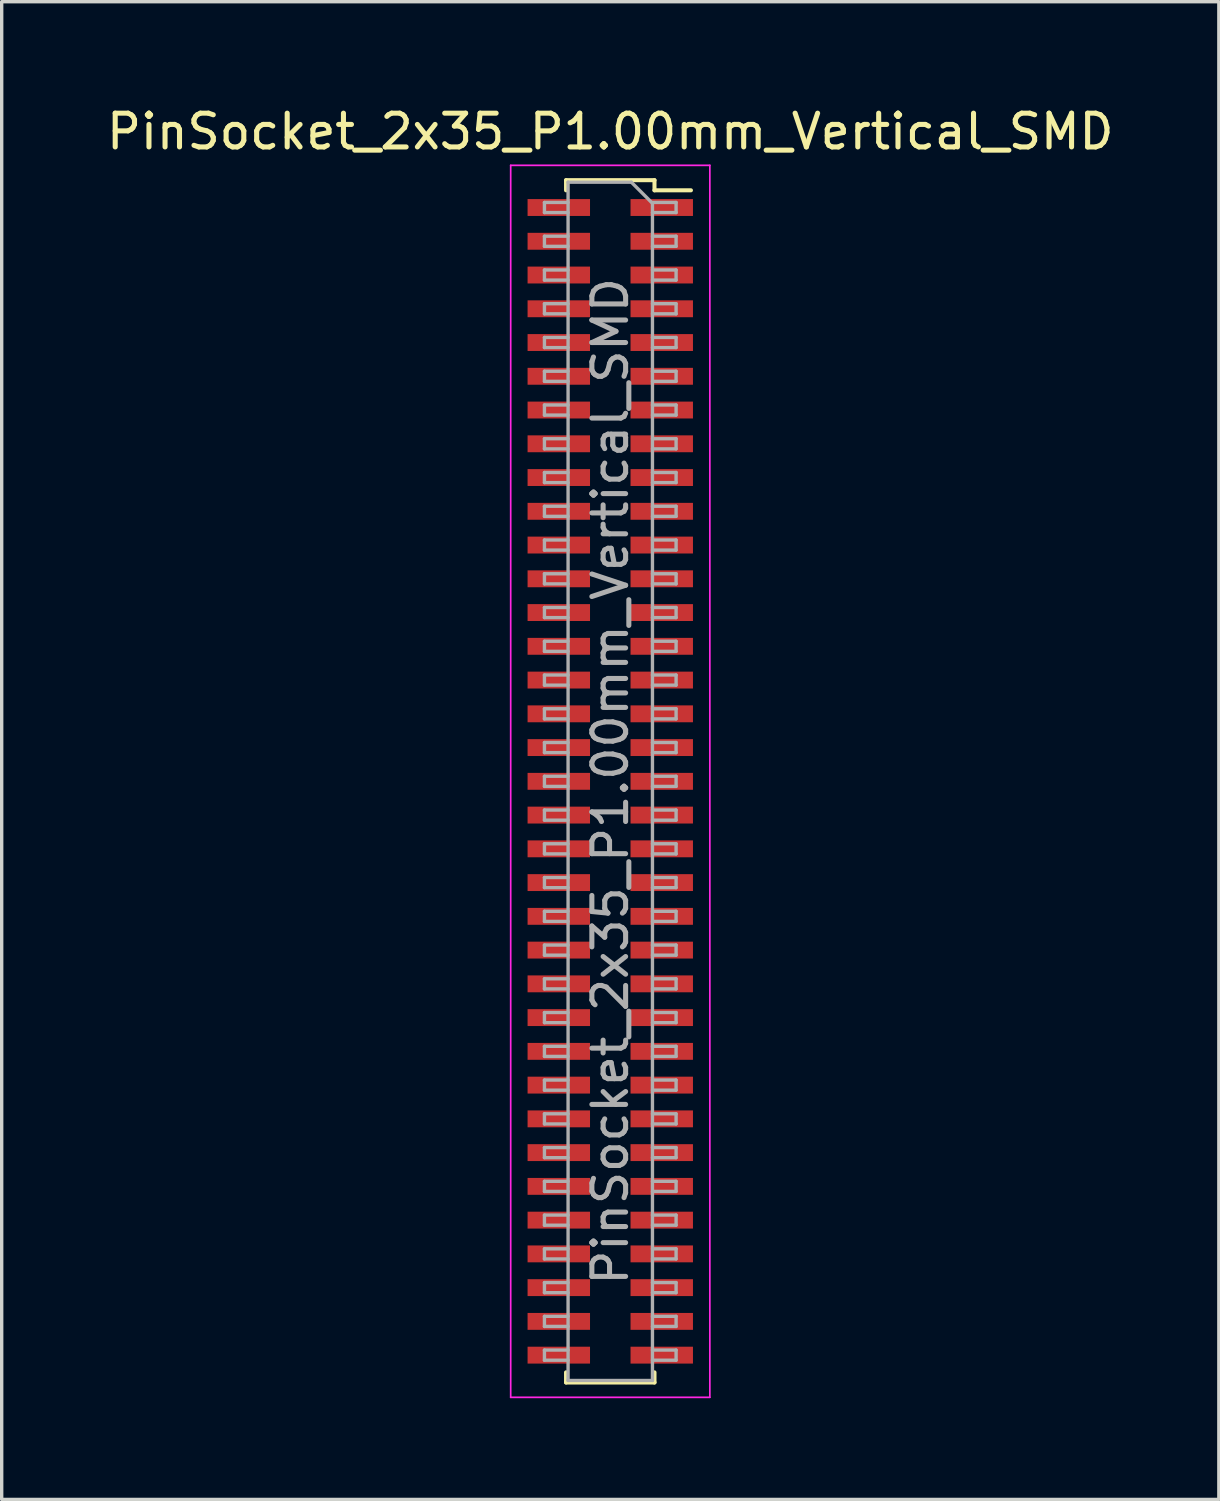
<source format=kicad_pcb>
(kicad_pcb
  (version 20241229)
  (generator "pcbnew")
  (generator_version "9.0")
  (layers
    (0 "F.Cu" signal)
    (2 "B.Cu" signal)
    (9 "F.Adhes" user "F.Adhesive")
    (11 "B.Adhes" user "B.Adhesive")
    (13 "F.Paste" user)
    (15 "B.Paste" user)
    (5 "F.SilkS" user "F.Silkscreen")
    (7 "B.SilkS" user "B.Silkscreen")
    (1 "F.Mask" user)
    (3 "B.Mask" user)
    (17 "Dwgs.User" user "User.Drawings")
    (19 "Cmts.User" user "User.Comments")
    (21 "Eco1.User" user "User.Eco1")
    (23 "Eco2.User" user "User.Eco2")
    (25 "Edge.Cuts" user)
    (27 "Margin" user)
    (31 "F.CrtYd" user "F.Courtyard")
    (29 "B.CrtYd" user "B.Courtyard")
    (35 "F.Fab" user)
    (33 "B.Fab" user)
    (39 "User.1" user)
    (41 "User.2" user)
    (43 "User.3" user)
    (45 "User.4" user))
  (footprint "PinSocket_2x35_P1.00mm_Vertical_SMD"
    (layer "F.Cu")
    (at 15.03 20.098)
    (property "Reference" "PinSocket_2x35_P1.00mm_Vertical_SMD" (at 0 -19.25 0) (layer "F.SilkS") (effects (font (size 1 1) (thickness 0.15))))
    (attr smd)
    (fp_line (start -1.31 -17.81) (end -1.31 -17.51) (stroke (width 0.12) (type solid)) (layer "F.SilkS"))
    (fp_line (start -1.31 -17.81) (end 1.31 -17.81) (stroke (width 0.12) (type solid)) (layer "F.SilkS"))
    (fp_line (start -1.31 17.51) (end -1.31 17.81) (stroke (width 0.12) (type solid)) (layer "F.SilkS"))
    (fp_line (start -1.31 17.81) (end 1.31 17.81) (stroke (width 0.12) (type solid)) (layer "F.SilkS"))
    (fp_line (start 1.31 -17.81) (end 1.31 -17.51) (stroke (width 0.12) (type solid)) (layer "F.SilkS"))
    (fp_line (start 1.31 -17.51) (end 2.39 -17.51) (stroke (width 0.12) (type solid)) (layer "F.SilkS"))
    (fp_line (start 1.31 17.51) (end 1.31 17.81) (stroke (width 0.12) (type solid)) (layer "F.SilkS"))
    (fp_line (start -2.95 -18.25) (end 2.95 -18.25) (stroke (width 0.05) (type solid)) (layer "F.CrtYd"))
    (fp_line (start -2.95 18.25) (end -2.95 -18.25) (stroke (width 0.05) (type solid)) (layer "F.CrtYd"))
    (fp_line (start 2.95 -18.25) (end 2.95 18.25) (stroke (width 0.05) (type solid)) (layer "F.CrtYd"))
    (fp_line (start 2.95 18.25) (end -2.95 18.25) (stroke (width 0.05) (type solid)) (layer "F.CrtYd"))
    (fp_line (start -1.95 -17.15) (end -1.25 -17.15) (stroke (width 0.1) (type solid)) (layer "F.Fab"))
    (fp_line (start -1.95 -16.85) (end -1.95 -17.15) (stroke (width 0.1) (type solid)) (layer "F.Fab"))
    (fp_line (start -1.95 -16.15) (end -1.25 -16.15) (stroke (width 0.1) (type solid)) (layer "F.Fab"))
    (fp_line (start -1.95 -15.85) (end -1.95 -16.15) (stroke (width 0.1) (type solid)) (layer "F.Fab"))
    (fp_line (start -1.95 -15.15) (end -1.25 -15.15) (stroke (width 0.1) (type solid)) (layer "F.Fab"))
    (fp_line (start -1.95 -14.85) (end -1.95 -15.15) (stroke (width 0.1) (type solid)) (layer "F.Fab"))
    (fp_line (start -1.95 -14.15) (end -1.25 -14.15) (stroke (width 0.1) (type solid)) (layer "F.Fab"))
    (fp_line (start -1.95 -13.85) (end -1.95 -14.15) (stroke (width 0.1) (type solid)) (layer "F.Fab"))
    (fp_line (start -1.95 -13.15) (end -1.25 -13.15) (stroke (width 0.1) (type solid)) (layer "F.Fab"))
    (fp_line (start -1.95 -12.85) (end -1.95 -13.15) (stroke (width 0.1) (type solid)) (layer "F.Fab"))
    (fp_line (start -1.95 -12.15) (end -1.25 -12.15) (stroke (width 0.1) (type solid)) (layer "F.Fab"))
    (fp_line (start -1.95 -11.85) (end -1.95 -12.15) (stroke (width 0.1) (type solid)) (layer "F.Fab"))
    (fp_line (start -1.95 -11.15) (end -1.25 -11.15) (stroke (width 0.1) (type solid)) (layer "F.Fab"))
    (fp_line (start -1.95 -10.85) (end -1.95 -11.15) (stroke (width 0.1) (type solid)) (layer "F.Fab"))
    (fp_line (start -1.95 -10.15) (end -1.25 -10.15) (stroke (width 0.1) (type solid)) (layer "F.Fab"))
    (fp_line (start -1.95 -9.85) (end -1.95 -10.15) (stroke (width 0.1) (type solid)) (layer "F.Fab"))
    (fp_line (start -1.95 -9.15) (end -1.25 -9.15) (stroke (width 0.1) (type solid)) (layer "F.Fab"))
    (fp_line (start -1.95 -8.85) (end -1.95 -9.15) (stroke (width 0.1) (type solid)) (layer "F.Fab"))
    (fp_line (start -1.95 -8.15) (end -1.25 -8.15) (stroke (width 0.1) (type solid)) (layer "F.Fab"))
    (fp_line (start -1.95 -7.85) (end -1.95 -8.15) (stroke (width 0.1) (type solid)) (layer "F.Fab"))
    (fp_line (start -1.95 -7.15) (end -1.25 -7.15) (stroke (width 0.1) (type solid)) (layer "F.Fab"))
    (fp_line (start -1.95 -6.85) (end -1.95 -7.15) (stroke (width 0.1) (type solid)) (layer "F.Fab"))
    (fp_line (start -1.95 -6.15) (end -1.25 -6.15) (stroke (width 0.1) (type solid)) (layer "F.Fab"))
    (fp_line (start -1.95 -5.85) (end -1.95 -6.15) (stroke (width 0.1) (type solid)) (layer "F.Fab"))
    (fp_line (start -1.95 -5.15) (end -1.25 -5.15) (stroke (width 0.1) (type solid)) (layer "F.Fab"))
    (fp_line (start -1.95 -4.85) (end -1.95 -5.15) (stroke (width 0.1) (type solid)) (layer "F.Fab"))
    (fp_line (start -1.95 -4.15) (end -1.25 -4.15) (stroke (width 0.1) (type solid)) (layer "F.Fab"))
    (fp_line (start -1.95 -3.85) (end -1.95 -4.15) (stroke (width 0.1) (type solid)) (layer "F.Fab"))
    (fp_line (start -1.95 -3.15) (end -1.25 -3.15) (stroke (width 0.1) (type solid)) (layer "F.Fab"))
    (fp_line (start -1.95 -2.85) (end -1.95 -3.15) (stroke (width 0.1) (type solid)) (layer "F.Fab"))
    (fp_line (start -1.95 -2.15) (end -1.25 -2.15) (stroke (width 0.1) (type solid)) (layer "F.Fab"))
    (fp_line (start -1.95 -1.85) (end -1.95 -2.15) (stroke (width 0.1) (type solid)) (layer "F.Fab"))
    (fp_line (start -1.95 -1.15) (end -1.25 -1.15) (stroke (width 0.1) (type solid)) (layer "F.Fab"))
    (fp_line (start -1.95 -0.85) (end -1.95 -1.15) (stroke (width 0.1) (type solid)) (layer "F.Fab"))
    (fp_line (start -1.95 -0.15) (end -1.25 -0.15) (stroke (width 0.1) (type solid)) (layer "F.Fab"))
    (fp_line (start -1.95 0.15) (end -1.95 -0.15) (stroke (width 0.1) (type solid)) (layer "F.Fab"))
    (fp_line (start -1.95 0.85) (end -1.25 0.85) (stroke (width 0.1) (type solid)) (layer "F.Fab"))
    (fp_line (start -1.95 1.15) (end -1.95 0.85) (stroke (width 0.1) (type solid)) (layer "F.Fab"))
    (fp_line (start -1.95 1.85) (end -1.25 1.85) (stroke (width 0.1) (type solid)) (layer "F.Fab"))
    (fp_line (start -1.95 2.15) (end -1.95 1.85) (stroke (width 0.1) (type solid)) (layer "F.Fab"))
    (fp_line (start -1.95 2.85) (end -1.25 2.85) (stroke (width 0.1) (type solid)) (layer "F.Fab"))
    (fp_line (start -1.95 3.15) (end -1.95 2.85) (stroke (width 0.1) (type solid)) (layer "F.Fab"))
    (fp_line (start -1.95 3.85) (end -1.25 3.85) (stroke (width 0.1) (type solid)) (layer "F.Fab"))
    (fp_line (start -1.95 4.15) (end -1.95 3.85) (stroke (width 0.1) (type solid)) (layer "F.Fab"))
    (fp_line (start -1.95 4.85) (end -1.25 4.85) (stroke (width 0.1) (type solid)) (layer "F.Fab"))
    (fp_line (start -1.95 5.15) (end -1.95 4.85) (stroke (width 0.1) (type solid)) (layer "F.Fab"))
    (fp_line (start -1.95 5.85) (end -1.25 5.85) (stroke (width 0.1) (type solid)) (layer "F.Fab"))
    (fp_line (start -1.95 6.15) (end -1.95 5.85) (stroke (width 0.1) (type solid)) (layer "F.Fab"))
    (fp_line (start -1.95 6.85) (end -1.25 6.85) (stroke (width 0.1) (type solid)) (layer "F.Fab"))
    (fp_line (start -1.95 7.15) (end -1.95 6.85) (stroke (width 0.1) (type solid)) (layer "F.Fab"))
    (fp_line (start -1.95 7.85) (end -1.25 7.85) (stroke (width 0.1) (type solid)) (layer "F.Fab"))
    (fp_line (start -1.95 8.15) (end -1.95 7.85) (stroke (width 0.1) (type solid)) (layer "F.Fab"))
    (fp_line (start -1.95 8.85) (end -1.25 8.85) (stroke (width 0.1) (type solid)) (layer "F.Fab"))
    (fp_line (start -1.95 9.15) (end -1.95 8.85) (stroke (width 0.1) (type solid)) (layer "F.Fab"))
    (fp_line (start -1.95 9.85) (end -1.25 9.85) (stroke (width 0.1) (type solid)) (layer "F.Fab"))
    (fp_line (start -1.95 10.15) (end -1.95 9.85) (stroke (width 0.1) (type solid)) (layer "F.Fab"))
    (fp_line (start -1.95 10.85) (end -1.25 10.85) (stroke (width 0.1) (type solid)) (layer "F.Fab"))
    (fp_line (start -1.95 11.15) (end -1.95 10.85) (stroke (width 0.1) (type solid)) (layer "F.Fab"))
    (fp_line (start -1.95 11.85) (end -1.25 11.85) (stroke (width 0.1) (type solid)) (layer "F.Fab"))
    (fp_line (start -1.95 12.15) (end -1.95 11.85) (stroke (width 0.1) (type solid)) (layer "F.Fab"))
    (fp_line (start -1.95 12.85) (end -1.25 12.85) (stroke (width 0.1) (type solid)) (layer "F.Fab"))
    (fp_line (start -1.95 13.15) (end -1.95 12.85) (stroke (width 0.1) (type solid)) (layer "F.Fab"))
    (fp_line (start -1.95 13.85) (end -1.25 13.85) (stroke (width 0.1) (type solid)) (layer "F.Fab"))
    (fp_line (start -1.95 14.15) (end -1.95 13.85) (stroke (width 0.1) (type solid)) (layer "F.Fab"))
    (fp_line (start -1.95 14.85) (end -1.25 14.85) (stroke (width 0.1) (type solid)) (layer "F.Fab"))
    (fp_line (start -1.95 15.15) (end -1.95 14.85) (stroke (width 0.1) (type solid)) (layer "F.Fab"))
    (fp_line (start -1.95 15.85) (end -1.25 15.85) (stroke (width 0.1) (type solid)) (layer "F.Fab"))
    (fp_line (start -1.95 16.15) (end -1.95 15.85) (stroke (width 0.1) (type solid)) (layer "F.Fab"))
    (fp_line (start -1.95 16.85) (end -1.25 16.85) (stroke (width 0.1) (type solid)) (layer "F.Fab"))
    (fp_line (start -1.95 17.15) (end -1.95 16.85) (stroke (width 0.1) (type solid)) (layer "F.Fab"))
    (fp_line (start -1.25 -17.75) (end 0.625 -17.75) (stroke (width 0.1) (type solid)) (layer "F.Fab"))
    (fp_line (start -1.25 -16.85) (end -1.95 -16.85) (stroke (width 0.1) (type solid)) (layer "F.Fab"))
    (fp_line (start -1.25 -15.85) (end -1.95 -15.85) (stroke (width 0.1) (type solid)) (layer "F.Fab"))
    (fp_line (start -1.25 -14.85) (end -1.95 -14.85) (stroke (width 0.1) (type solid)) (layer "F.Fab"))
    (fp_line (start -1.25 -13.85) (end -1.95 -13.85) (stroke (width 0.1) (type solid)) (layer "F.Fab"))
    (fp_line (start -1.25 -12.85) (end -1.95 -12.85) (stroke (width 0.1) (type solid)) (layer "F.Fab"))
    (fp_line (start -1.25 -11.85) (end -1.95 -11.85) (stroke (width 0.1) (type solid)) (layer "F.Fab"))
    (fp_line (start -1.25 -10.85) (end -1.95 -10.85) (stroke (width 0.1) (type solid)) (layer "F.Fab"))
    (fp_line (start -1.25 -9.85) (end -1.95 -9.85) (stroke (width 0.1) (type solid)) (layer "F.Fab"))
    (fp_line (start -1.25 -8.85) (end -1.95 -8.85) (stroke (width 0.1) (type solid)) (layer "F.Fab"))
    (fp_line (start -1.25 -7.85) (end -1.95 -7.85) (stroke (width 0.1) (type solid)) (layer "F.Fab"))
    (fp_line (start -1.25 -6.85) (end -1.95 -6.85) (stroke (width 0.1) (type solid)) (layer "F.Fab"))
    (fp_line (start -1.25 -5.85) (end -1.95 -5.85) (stroke (width 0.1) (type solid)) (layer "F.Fab"))
    (fp_line (start -1.25 -4.85) (end -1.95 -4.85) (stroke (width 0.1) (type solid)) (layer "F.Fab"))
    (fp_line (start -1.25 -3.85) (end -1.95 -3.85) (stroke (width 0.1) (type solid)) (layer "F.Fab"))
    (fp_line (start -1.25 -2.85) (end -1.95 -2.85) (stroke (width 0.1) (type solid)) (layer "F.Fab"))
    (fp_line (start -1.25 -1.85) (end -1.95 -1.85) (stroke (width 0.1) (type solid)) (layer "F.Fab"))
    (fp_line (start -1.25 -0.85) (end -1.95 -0.85) (stroke (width 0.1) (type solid)) (layer "F.Fab"))
    (fp_line (start -1.25 0.15) (end -1.95 0.15) (stroke (width 0.1) (type solid)) (layer "F.Fab"))
    (fp_line (start -1.25 1.15) (end -1.95 1.15) (stroke (width 0.1) (type solid)) (layer "F.Fab"))
    (fp_line (start -1.25 2.15) (end -1.95 2.15) (stroke (width 0.1) (type solid)) (layer "F.Fab"))
    (fp_line (start -1.25 3.15) (end -1.95 3.15) (stroke (width 0.1) (type solid)) (layer "F.Fab"))
    (fp_line (start -1.25 4.15) (end -1.95 4.15) (stroke (width 0.1) (type solid)) (layer "F.Fab"))
    (fp_line (start -1.25 5.15) (end -1.95 5.15) (stroke (width 0.1) (type solid)) (layer "F.Fab"))
    (fp_line (start -1.25 6.15) (end -1.95 6.15) (stroke (width 0.1) (type solid)) (layer "F.Fab"))
    (fp_line (start -1.25 7.15) (end -1.95 7.15) (stroke (width 0.1) (type solid)) (layer "F.Fab"))
    (fp_line (start -1.25 8.15) (end -1.95 8.15) (stroke (width 0.1) (type solid)) (layer "F.Fab"))
    (fp_line (start -1.25 9.15) (end -1.95 9.15) (stroke (width 0.1) (type solid)) (layer "F.Fab"))
    (fp_line (start -1.25 10.15) (end -1.95 10.15) (stroke (width 0.1) (type solid)) (layer "F.Fab"))
    (fp_line (start -1.25 11.15) (end -1.95 11.15) (stroke (width 0.1) (type solid)) (layer "F.Fab"))
    (fp_line (start -1.25 12.15) (end -1.95 12.15) (stroke (width 0.1) (type solid)) (layer "F.Fab"))
    (fp_line (start -1.25 13.15) (end -1.95 13.15) (stroke (width 0.1) (type solid)) (layer "F.Fab"))
    (fp_line (start -1.25 14.15) (end -1.95 14.15) (stroke (width 0.1) (type solid)) (layer "F.Fab"))
    (fp_line (start -1.25 15.15) (end -1.95 15.15) (stroke (width 0.1) (type solid)) (layer "F.Fab"))
    (fp_line (start -1.25 16.15) (end -1.95 16.15) (stroke (width 0.1) (type solid)) (layer "F.Fab"))
    (fp_line (start -1.25 17.15) (end -1.95 17.15) (stroke (width 0.1) (type solid)) (layer "F.Fab"))
    (fp_line (start -1.25 17.75) (end -1.25 -17.75) (stroke (width 0.1) (type solid)) (layer "F.Fab"))
    (fp_line (start 0.625 -17.75) (end 1.25 -17.125) (stroke (width 0.1) (type solid)) (layer "F.Fab"))
    (fp_line (start 1.25 -17.15) (end 1.95 -17.15) (stroke (width 0.1) (type solid)) (layer "F.Fab"))
    (fp_line (start 1.25 -17.125) (end 1.25 17.75) (stroke (width 0.1) (type solid)) (layer "F.Fab"))
    (fp_line (start 1.25 -16.15) (end 1.95 -16.15) (stroke (width 0.1) (type solid)) (layer "F.Fab"))
    (fp_line (start 1.25 -15.15) (end 1.95 -15.15) (stroke (width 0.1) (type solid)) (layer "F.Fab"))
    (fp_line (start 1.25 -14.15) (end 1.95 -14.15) (stroke (width 0.1) (type solid)) (layer "F.Fab"))
    (fp_line (start 1.25 -13.15) (end 1.95 -13.15) (stroke (width 0.1) (type solid)) (layer "F.Fab"))
    (fp_line (start 1.25 -12.15) (end 1.95 -12.15) (stroke (width 0.1) (type solid)) (layer "F.Fab"))
    (fp_line (start 1.25 -11.15) (end 1.95 -11.15) (stroke (width 0.1) (type solid)) (layer "F.Fab"))
    (fp_line (start 1.25 -10.15) (end 1.95 -10.15) (stroke (width 0.1) (type solid)) (layer "F.Fab"))
    (fp_line (start 1.25 -9.15) (end 1.95 -9.15) (stroke (width 0.1) (type solid)) (layer "F.Fab"))
    (fp_line (start 1.25 -8.15) (end 1.95 -8.15) (stroke (width 0.1) (type solid)) (layer "F.Fab"))
    (fp_line (start 1.25 -7.15) (end 1.95 -7.15) (stroke (width 0.1) (type solid)) (layer "F.Fab"))
    (fp_line (start 1.25 -6.15) (end 1.95 -6.15) (stroke (width 0.1) (type solid)) (layer "F.Fab"))
    (fp_line (start 1.25 -5.15) (end 1.95 -5.15) (stroke (width 0.1) (type solid)) (layer "F.Fab"))
    (fp_line (start 1.25 -4.15) (end 1.95 -4.15) (stroke (width 0.1) (type solid)) (layer "F.Fab"))
    (fp_line (start 1.25 -3.15) (end 1.95 -3.15) (stroke (width 0.1) (type solid)) (layer "F.Fab"))
    (fp_line (start 1.25 -2.15) (end 1.95 -2.15) (stroke (width 0.1) (type solid)) (layer "F.Fab"))
    (fp_line (start 1.25 -1.15) (end 1.95 -1.15) (stroke (width 0.1) (type solid)) (layer "F.Fab"))
    (fp_line (start 1.25 -0.15) (end 1.95 -0.15) (stroke (width 0.1) (type solid)) (layer "F.Fab"))
    (fp_line (start 1.25 0.85) (end 1.95 0.85) (stroke (width 0.1) (type solid)) (layer "F.Fab"))
    (fp_line (start 1.25 1.85) (end 1.95 1.85) (stroke (width 0.1) (type solid)) (layer "F.Fab"))
    (fp_line (start 1.25 2.85) (end 1.95 2.85) (stroke (width 0.1) (type solid)) (layer "F.Fab"))
    (fp_line (start 1.25 3.85) (end 1.95 3.85) (stroke (width 0.1) (type solid)) (layer "F.Fab"))
    (fp_line (start 1.25 4.85) (end 1.95 4.85) (stroke (width 0.1) (type solid)) (layer "F.Fab"))
    (fp_line (start 1.25 5.85) (end 1.95 5.85) (stroke (width 0.1) (type solid)) (layer "F.Fab"))
    (fp_line (start 1.25 6.85) (end 1.95 6.85) (stroke (width 0.1) (type solid)) (layer "F.Fab"))
    (fp_line (start 1.25 7.85) (end 1.95 7.85) (stroke (width 0.1) (type solid)) (layer "F.Fab"))
    (fp_line (start 1.25 8.85) (end 1.95 8.85) (stroke (width 0.1) (type solid)) (layer "F.Fab"))
    (fp_line (start 1.25 9.85) (end 1.95 9.85) (stroke (width 0.1) (type solid)) (layer "F.Fab"))
    (fp_line (start 1.25 10.85) (end 1.95 10.85) (stroke (width 0.1) (type solid)) (layer "F.Fab"))
    (fp_line (start 1.25 11.85) (end 1.95 11.85) (stroke (width 0.1) (type solid)) (layer "F.Fab"))
    (fp_line (start 1.25 12.85) (end 1.95 12.85) (stroke (width 0.1) (type solid)) (layer "F.Fab"))
    (fp_line (start 1.25 13.85) (end 1.95 13.85) (stroke (width 0.1) (type solid)) (layer "F.Fab"))
    (fp_line (start 1.25 14.85) (end 1.95 14.85) (stroke (width 0.1) (type solid)) (layer "F.Fab"))
    (fp_line (start 1.25 15.85) (end 1.95 15.85) (stroke (width 0.1) (type solid)) (layer "F.Fab"))
    (fp_line (start 1.25 16.85) (end 1.95 16.85) (stroke (width 0.1) (type solid)) (layer "F.Fab"))
    (fp_line (start 1.25 17.75) (end -1.25 17.75) (stroke (width 0.1) (type solid)) (layer "F.Fab"))
    (fp_line (start 1.95 -17.15) (end 1.95 -16.85) (stroke (width 0.1) (type solid)) (layer "F.Fab"))
    (fp_line (start 1.95 -16.85) (end 1.25 -16.85) (stroke (width 0.1) (type solid)) (layer "F.Fab"))
    (fp_line (start 1.95 -16.15) (end 1.95 -15.85) (stroke (width 0.1) (type solid)) (layer "F.Fab"))
    (fp_line (start 1.95 -15.85) (end 1.25 -15.85) (stroke (width 0.1) (type solid)) (layer "F.Fab"))
    (fp_line (start 1.95 -15.15) (end 1.95 -14.85) (stroke (width 0.1) (type solid)) (layer "F.Fab"))
    (fp_line (start 1.95 -14.85) (end 1.25 -14.85) (stroke (width 0.1) (type solid)) (layer "F.Fab"))
    (fp_line (start 1.95 -14.15) (end 1.95 -13.85) (stroke (width 0.1) (type solid)) (layer "F.Fab"))
    (fp_line (start 1.95 -13.85) (end 1.25 -13.85) (stroke (width 0.1) (type solid)) (layer "F.Fab"))
    (fp_line (start 1.95 -13.15) (end 1.95 -12.85) (stroke (width 0.1) (type solid)) (layer "F.Fab"))
    (fp_line (start 1.95 -12.85) (end 1.25 -12.85) (stroke (width 0.1) (type solid)) (layer "F.Fab"))
    (fp_line (start 1.95 -12.15) (end 1.95 -11.85) (stroke (width 0.1) (type solid)) (layer "F.Fab"))
    (fp_line (start 1.95 -11.85) (end 1.25 -11.85) (stroke (width 0.1) (type solid)) (layer "F.Fab"))
    (fp_line (start 1.95 -11.15) (end 1.95 -10.85) (stroke (width 0.1) (type solid)) (layer "F.Fab"))
    (fp_line (start 1.95 -10.85) (end 1.25 -10.85) (stroke (width 0.1) (type solid)) (layer "F.Fab"))
    (fp_line (start 1.95 -10.15) (end 1.95 -9.85) (stroke (width 0.1) (type solid)) (layer "F.Fab"))
    (fp_line (start 1.95 -9.85) (end 1.25 -9.85) (stroke (width 0.1) (type solid)) (layer "F.Fab"))
    (fp_line (start 1.95 -9.15) (end 1.95 -8.85) (stroke (width 0.1) (type solid)) (layer "F.Fab"))
    (fp_line (start 1.95 -8.85) (end 1.25 -8.85) (stroke (width 0.1) (type solid)) (layer "F.Fab"))
    (fp_line (start 1.95 -8.15) (end 1.95 -7.85) (stroke (width 0.1) (type solid)) (layer "F.Fab"))
    (fp_line (start 1.95 -7.85) (end 1.25 -7.85) (stroke (width 0.1) (type solid)) (layer "F.Fab"))
    (fp_line (start 1.95 -7.15) (end 1.95 -6.85) (stroke (width 0.1) (type solid)) (layer "F.Fab"))
    (fp_line (start 1.95 -6.85) (end 1.25 -6.85) (stroke (width 0.1) (type solid)) (layer "F.Fab"))
    (fp_line (start 1.95 -6.15) (end 1.95 -5.85) (stroke (width 0.1) (type solid)) (layer "F.Fab"))
    (fp_line (start 1.95 -5.85) (end 1.25 -5.85) (stroke (width 0.1) (type solid)) (layer "F.Fab"))
    (fp_line (start 1.95 -5.15) (end 1.95 -4.85) (stroke (width 0.1) (type solid)) (layer "F.Fab"))
    (fp_line (start 1.95 -4.85) (end 1.25 -4.85) (stroke (width 0.1) (type solid)) (layer "F.Fab"))
    (fp_line (start 1.95 -4.15) (end 1.95 -3.85) (stroke (width 0.1) (type solid)) (layer "F.Fab"))
    (fp_line (start 1.95 -3.85) (end 1.25 -3.85) (stroke (width 0.1) (type solid)) (layer "F.Fab"))
    (fp_line (start 1.95 -3.15) (end 1.95 -2.85) (stroke (width 0.1) (type solid)) (layer "F.Fab"))
    (fp_line (start 1.95 -2.85) (end 1.25 -2.85) (stroke (width 0.1) (type solid)) (layer "F.Fab"))
    (fp_line (start 1.95 -2.15) (end 1.95 -1.85) (stroke (width 0.1) (type solid)) (layer "F.Fab"))
    (fp_line (start 1.95 -1.85) (end 1.25 -1.85) (stroke (width 0.1) (type solid)) (layer "F.Fab"))
    (fp_line (start 1.95 -1.15) (end 1.95 -0.85) (stroke (width 0.1) (type solid)) (layer "F.Fab"))
    (fp_line (start 1.95 -0.85) (end 1.25 -0.85) (stroke (width 0.1) (type solid)) (layer "F.Fab"))
    (fp_line (start 1.95 -0.15) (end 1.95 0.15) (stroke (width 0.1) (type solid)) (layer "F.Fab"))
    (fp_line (start 1.95 0.15) (end 1.25 0.15) (stroke (width 0.1) (type solid)) (layer "F.Fab"))
    (fp_line (start 1.95 0.85) (end 1.95 1.15) (stroke (width 0.1) (type solid)) (layer "F.Fab"))
    (fp_line (start 1.95 1.15) (end 1.25 1.15) (stroke (width 0.1) (type solid)) (layer "F.Fab"))
    (fp_line (start 1.95 1.85) (end 1.95 2.15) (stroke (width 0.1) (type solid)) (layer "F.Fab"))
    (fp_line (start 1.95 2.15) (end 1.25 2.15) (stroke (width 0.1) (type solid)) (layer "F.Fab"))
    (fp_line (start 1.95 2.85) (end 1.95 3.15) (stroke (width 0.1) (type solid)) (layer "F.Fab"))
    (fp_line (start 1.95 3.15) (end 1.25 3.15) (stroke (width 0.1) (type solid)) (layer "F.Fab"))
    (fp_line (start 1.95 3.85) (end 1.95 4.15) (stroke (width 0.1) (type solid)) (layer "F.Fab"))
    (fp_line (start 1.95 4.15) (end 1.25 4.15) (stroke (width 0.1) (type solid)) (layer "F.Fab"))
    (fp_line (start 1.95 4.85) (end 1.95 5.15) (stroke (width 0.1) (type solid)) (layer "F.Fab"))
    (fp_line (start 1.95 5.15) (end 1.25 5.15) (stroke (width 0.1) (type solid)) (layer "F.Fab"))
    (fp_line (start 1.95 5.85) (end 1.95 6.15) (stroke (width 0.1) (type solid)) (layer "F.Fab"))
    (fp_line (start 1.95 6.15) (end 1.25 6.15) (stroke (width 0.1) (type solid)) (layer "F.Fab"))
    (fp_line (start 1.95 6.85) (end 1.95 7.15) (stroke (width 0.1) (type solid)) (layer "F.Fab"))
    (fp_line (start 1.95 7.15) (end 1.25 7.15) (stroke (width 0.1) (type solid)) (layer "F.Fab"))
    (fp_line (start 1.95 7.85) (end 1.95 8.15) (stroke (width 0.1) (type solid)) (layer "F.Fab"))
    (fp_line (start 1.95 8.15) (end 1.25 8.15) (stroke (width 0.1) (type solid)) (layer "F.Fab"))
    (fp_line (start 1.95 8.85) (end 1.95 9.15) (stroke (width 0.1) (type solid)) (layer "F.Fab"))
    (fp_line (start 1.95 9.15) (end 1.25 9.15) (stroke (width 0.1) (type solid)) (layer "F.Fab"))
    (fp_line (start 1.95 9.85) (end 1.95 10.15) (stroke (width 0.1) (type solid)) (layer "F.Fab"))
    (fp_line (start 1.95 10.15) (end 1.25 10.15) (stroke (width 0.1) (type solid)) (layer "F.Fab"))
    (fp_line (start 1.95 10.85) (end 1.95 11.15) (stroke (width 0.1) (type solid)) (layer "F.Fab"))
    (fp_line (start 1.95 11.15) (end 1.25 11.15) (stroke (width 0.1) (type solid)) (layer "F.Fab"))
    (fp_line (start 1.95 11.85) (end 1.95 12.15) (stroke (width 0.1) (type solid)) (layer "F.Fab"))
    (fp_line (start 1.95 12.15) (end 1.25 12.15) (stroke (width 0.1) (type solid)) (layer "F.Fab"))
    (fp_line (start 1.95 12.85) (end 1.95 13.15) (stroke (width 0.1) (type solid)) (layer "F.Fab"))
    (fp_line (start 1.95 13.15) (end 1.25 13.15) (stroke (width 0.1) (type solid)) (layer "F.Fab"))
    (fp_line (start 1.95 13.85) (end 1.95 14.15) (stroke (width 0.1) (type solid)) (layer "F.Fab"))
    (fp_line (start 1.95 14.15) (end 1.25 14.15) (stroke (width 0.1) (type solid)) (layer "F.Fab"))
    (fp_line (start 1.95 14.85) (end 1.95 15.15) (stroke (width 0.1) (type solid)) (layer "F.Fab"))
    (fp_line (start 1.95 15.15) (end 1.25 15.15) (stroke (width 0.1) (type solid)) (layer "F.Fab"))
    (fp_line (start 1.95 15.85) (end 1.95 16.15) (stroke (width 0.1) (type solid)) (layer "F.Fab"))
    (fp_line (start 1.95 16.15) (end 1.25 16.15) (stroke (width 0.1) (type solid)) (layer "F.Fab"))
    (fp_line (start 1.95 16.85) (end 1.95 17.15) (stroke (width 0.1) (type solid)) (layer "F.Fab"))
    (fp_line (start 1.95 17.15) (end 1.25 17.15) (stroke (width 0.1) (type solid)) (layer "F.Fab"))
    (fp_text user "${REFERENCE}" (at 0 0 90) (layer "F.Fab") (effects (font (size 1 1) (thickness 0.15))))
    (pad "1" smd rect (at 1.525 -17) (size 1.85 0.5) (layers "F.Cu" "F.Mask" "F.Paste"))
    (pad "2" smd rect (at -1.525 -17) (size 1.85 0.5) (layers "F.Cu" "F.Mask" "F.Paste"))
    (pad "3" smd rect (at 1.525 -16) (size 1.85 0.5) (layers "F.Cu" "F.Mask" "F.Paste"))
    (pad "4" smd rect (at -1.525 -16) (size 1.85 0.5) (layers "F.Cu" "F.Mask" "F.Paste"))
    (pad "5" smd rect (at 1.525 -15) (size 1.85 0.5) (layers "F.Cu" "F.Mask" "F.Paste"))
    (pad "6" smd rect (at -1.525 -15) (size 1.85 0.5) (layers "F.Cu" "F.Mask" "F.Paste"))
    (pad "7" smd rect (at 1.525 -14) (size 1.85 0.5) (layers "F.Cu" "F.Mask" "F.Paste"))
    (pad "8" smd rect (at -1.525 -14) (size 1.85 0.5) (layers "F.Cu" "F.Mask" "F.Paste"))
    (pad "9" smd rect (at 1.525 -13) (size 1.85 0.5) (layers "F.Cu" "F.Mask" "F.Paste"))
    (pad "10" smd rect (at -1.525 -13) (size 1.85 0.5) (layers "F.Cu" "F.Mask" "F.Paste"))
    (pad "11" smd rect (at 1.525 -12) (size 1.85 0.5) (layers "F.Cu" "F.Mask" "F.Paste"))
    (pad "12" smd rect (at -1.525 -12) (size 1.85 0.5) (layers "F.Cu" "F.Mask" "F.Paste"))
    (pad "13" smd rect (at 1.525 -11) (size 1.85 0.5) (layers "F.Cu" "F.Mask" "F.Paste"))
    (pad "14" smd rect (at -1.525 -11) (size 1.85 0.5) (layers "F.Cu" "F.Mask" "F.Paste"))
    (pad "15" smd rect (at 1.525 -10) (size 1.85 0.5) (layers "F.Cu" "F.Mask" "F.Paste"))
    (pad "16" smd rect (at -1.525 -10) (size 1.85 0.5) (layers "F.Cu" "F.Mask" "F.Paste"))
    (pad "17" smd rect (at 1.525 -9) (size 1.85 0.5) (layers "F.Cu" "F.Mask" "F.Paste"))
    (pad "18" smd rect (at -1.525 -9) (size 1.85 0.5) (layers "F.Cu" "F.Mask" "F.Paste"))
    (pad "19" smd rect (at 1.525 -8) (size 1.85 0.5) (layers "F.Cu" "F.Mask" "F.Paste"))
    (pad "20" smd rect (at -1.525 -8) (size 1.85 0.5) (layers "F.Cu" "F.Mask" "F.Paste"))
    (pad "21" smd rect (at 1.525 -7) (size 1.85 0.5) (layers "F.Cu" "F.Mask" "F.Paste"))
    (pad "22" smd rect (at -1.525 -7) (size 1.85 0.5) (layers "F.Cu" "F.Mask" "F.Paste"))
    (pad "23" smd rect (at 1.525 -6) (size 1.85 0.5) (layers "F.Cu" "F.Mask" "F.Paste"))
    (pad "24" smd rect (at -1.525 -6) (size 1.85 0.5) (layers "F.Cu" "F.Mask" "F.Paste"))
    (pad "25" smd rect (at 1.525 -5) (size 1.85 0.5) (layers "F.Cu" "F.Mask" "F.Paste"))
    (pad "26" smd rect (at -1.525 -5) (size 1.85 0.5) (layers "F.Cu" "F.Mask" "F.Paste"))
    (pad "27" smd rect (at 1.525 -4) (size 1.85 0.5) (layers "F.Cu" "F.Mask" "F.Paste"))
    (pad "28" smd rect (at -1.525 -4) (size 1.85 0.5) (layers "F.Cu" "F.Mask" "F.Paste"))
    (pad "29" smd rect (at 1.525 -3) (size 1.85 0.5) (layers "F.Cu" "F.Mask" "F.Paste"))
    (pad "30" smd rect (at -1.525 -3) (size 1.85 0.5) (layers "F.Cu" "F.Mask" "F.Paste"))
    (pad "31" smd rect (at 1.525 -2) (size 1.85 0.5) (layers "F.Cu" "F.Mask" "F.Paste"))
    (pad "32" smd rect (at -1.525 -2) (size 1.85 0.5) (layers "F.Cu" "F.Mask" "F.Paste"))
    (pad "33" smd rect (at 1.525 -1) (size 1.85 0.5) (layers "F.Cu" "F.Mask" "F.Paste"))
    (pad "34" smd rect (at -1.525 -1) (size 1.85 0.5) (layers "F.Cu" "F.Mask" "F.Paste"))
    (pad "35" smd rect (at 1.525 0) (size 1.85 0.5) (layers "F.Cu" "F.Mask" "F.Paste"))
    (pad "36" smd rect (at -1.525 0) (size 1.85 0.5) (layers "F.Cu" "F.Mask" "F.Paste"))
    (pad "37" smd rect (at 1.525 1) (size 1.85 0.5) (layers "F.Cu" "F.Mask" "F.Paste"))
    (pad "38" smd rect (at -1.525 1) (size 1.85 0.5) (layers "F.Cu" "F.Mask" "F.Paste"))
    (pad "39" smd rect (at 1.525 2) (size 1.85 0.5) (layers "F.Cu" "F.Mask" "F.Paste"))
    (pad "40" smd rect (at -1.525 2) (size 1.85 0.5) (layers "F.Cu" "F.Mask" "F.Paste"))
    (pad "41" smd rect (at 1.525 3) (size 1.85 0.5) (layers "F.Cu" "F.Mask" "F.Paste"))
    (pad "42" smd rect (at -1.525 3) (size 1.85 0.5) (layers "F.Cu" "F.Mask" "F.Paste"))
    (pad "43" smd rect (at 1.525 4) (size 1.85 0.5) (layers "F.Cu" "F.Mask" "F.Paste"))
    (pad "44" smd rect (at -1.525 4) (size 1.85 0.5) (layers "F.Cu" "F.Mask" "F.Paste"))
    (pad "45" smd rect (at 1.525 5) (size 1.85 0.5) (layers "F.Cu" "F.Mask" "F.Paste"))
    (pad "46" smd rect (at -1.525 5) (size 1.85 0.5) (layers "F.Cu" "F.Mask" "F.Paste"))
    (pad "47" smd rect (at 1.525 6) (size 1.85 0.5) (layers "F.Cu" "F.Mask" "F.Paste"))
    (pad "48" smd rect (at -1.525 6) (size 1.85 0.5) (layers "F.Cu" "F.Mask" "F.Paste"))
    (pad "49" smd rect (at 1.525 7) (size 1.85 0.5) (layers "F.Cu" "F.Mask" "F.Paste"))
    (pad "50" smd rect (at -1.525 7) (size 1.85 0.5) (layers "F.Cu" "F.Mask" "F.Paste"))
    (pad "51" smd rect (at 1.525 8) (size 1.85 0.5) (layers "F.Cu" "F.Mask" "F.Paste"))
    (pad "52" smd rect (at -1.525 8) (size 1.85 0.5) (layers "F.Cu" "F.Mask" "F.Paste"))
    (pad "53" smd rect (at 1.525 9) (size 1.85 0.5) (layers "F.Cu" "F.Mask" "F.Paste"))
    (pad "54" smd rect (at -1.525 9) (size 1.85 0.5) (layers "F.Cu" "F.Mask" "F.Paste"))
    (pad "55" smd rect (at 1.525 10) (size 1.85 0.5) (layers "F.Cu" "F.Mask" "F.Paste"))
    (pad "56" smd rect (at -1.525 10) (size 1.85 0.5) (layers "F.Cu" "F.Mask" "F.Paste"))
    (pad "57" smd rect (at 1.525 11) (size 1.85 0.5) (layers "F.Cu" "F.Mask" "F.Paste"))
    (pad "58" smd rect (at -1.525 11) (size 1.85 0.5) (layers "F.Cu" "F.Mask" "F.Paste"))
    (pad "59" smd rect (at 1.525 12) (size 1.85 0.5) (layers "F.Cu" "F.Mask" "F.Paste"))
    (pad "60" smd rect (at -1.525 12) (size 1.85 0.5) (layers "F.Cu" "F.Mask" "F.Paste"))
    (pad "61" smd rect (at 1.525 13) (size 1.85 0.5) (layers "F.Cu" "F.Mask" "F.Paste"))
    (pad "62" smd rect (at -1.525 13) (size 1.85 0.5) (layers "F.Cu" "F.Mask" "F.Paste"))
    (pad "63" smd rect (at 1.525 14) (size 1.85 0.5) (layers "F.Cu" "F.Mask" "F.Paste"))
    (pad "64" smd rect (at -1.525 14) (size 1.85 0.5) (layers "F.Cu" "F.Mask" "F.Paste"))
    (pad "65" smd rect (at 1.525 15) (size 1.85 0.5) (layers "F.Cu" "F.Mask" "F.Paste"))
    (pad "66" smd rect (at -1.525 15) (size 1.85 0.5) (layers "F.Cu" "F.Mask" "F.Paste"))
    (pad "67" smd rect (at 1.525 16) (size 1.85 0.5) (layers "F.Cu" "F.Mask" "F.Paste"))
    (pad "68" smd rect (at -1.525 16) (size 1.85 0.5) (layers "F.Cu" "F.Mask" "F.Paste"))
    (pad "69" smd rect (at 1.525 17) (size 1.85 0.5) (layers "F.Cu" "F.Mask" "F.Paste"))
    (pad "70" smd rect (at -1.525 17) (size 1.85 0.5) (layers "F.Cu" "F.Mask" "F.Paste")))
  (gr_rect
    (start -3 -3)
    (end 33.06 41.373)
    (stroke (width 0.1) (type default))
    (fill no)
    (layer "Edge.Cuts")))
</source>
